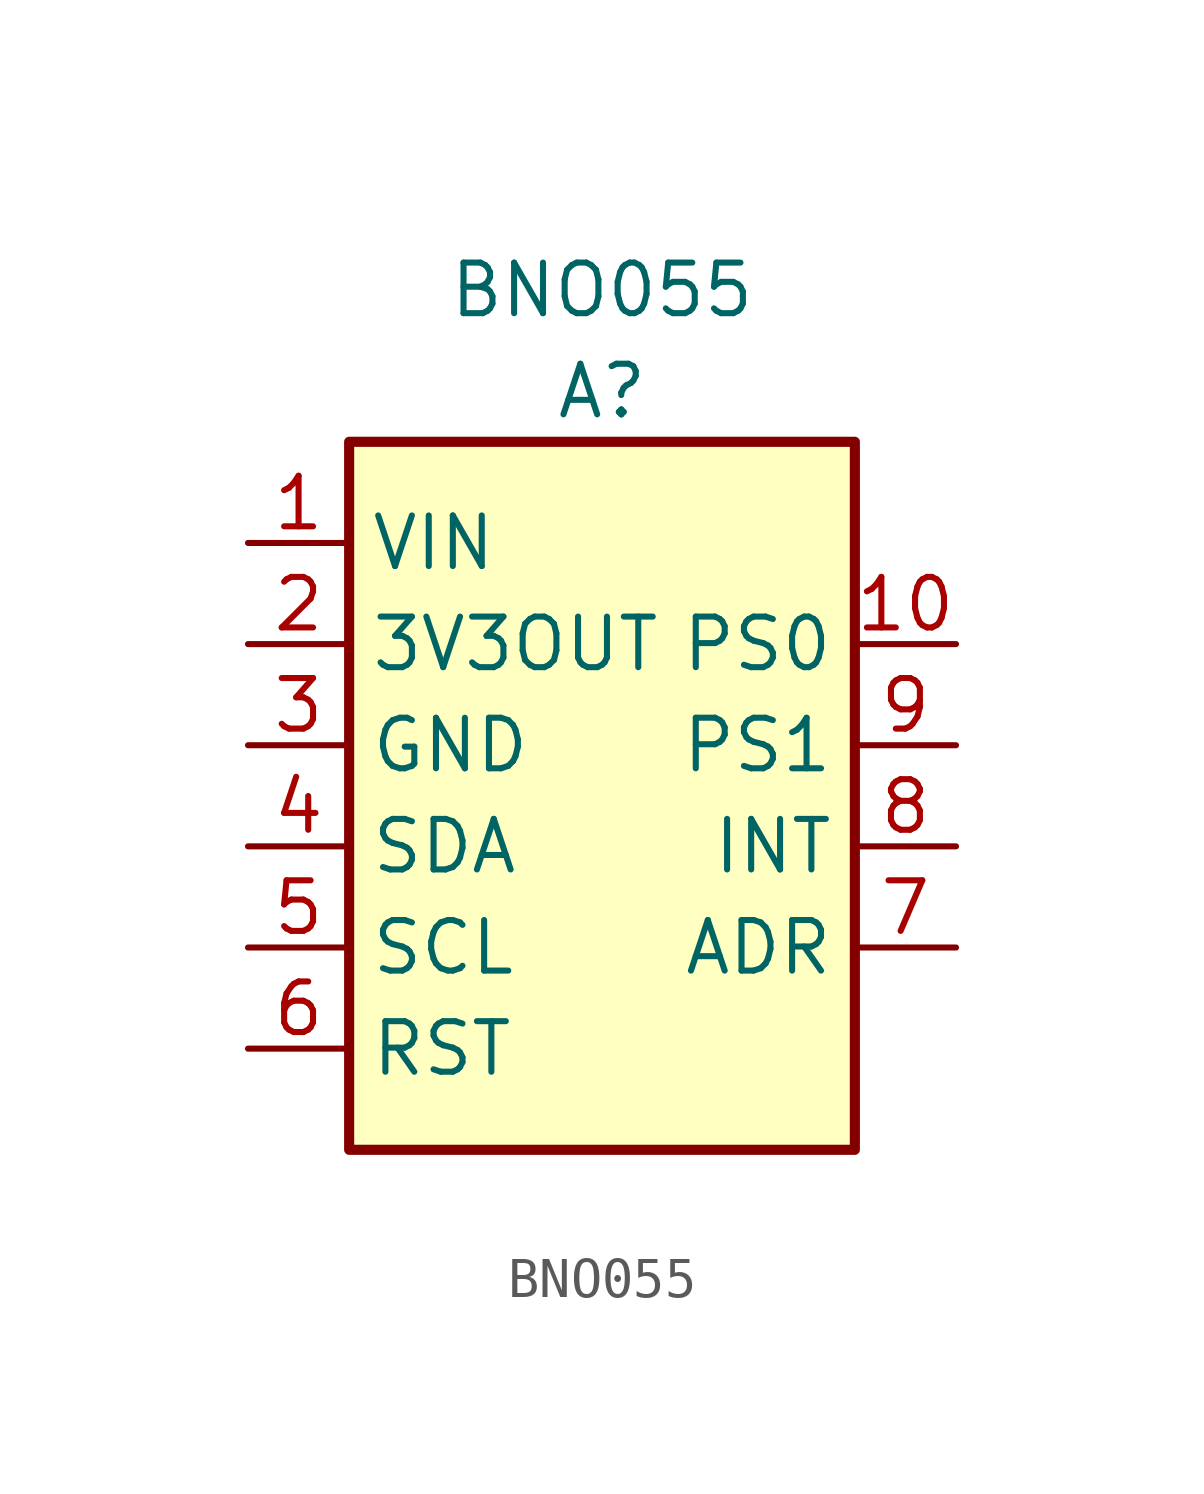
<source format=kicad_sym>
(kicad_symbol_lib
  (version 20211014)
  (generator kicad_symbol_editor)
  (symbol "BNO055"
    (property "Reference" "A"
      (at 0 1.27 0)
      (effects (font (size 1.27 1.27))))
    (property "Value" "BNO055"
      (at 0 3.81 0)
      (effects (font (size 1.27 1.27))))
    (symbol "BNO055_0_1"
      (rectangle (start -6.35 0) (end 6.35 -17.78) (stroke (width 0.254) (type default) (color 0 0 0 0)) (fill (type background))))
    (symbol "BNO055_1_1"
      (pin input line (at -8.89 -2.54 0) (length 2.54) (name "VIN" (effects (font (size 1.27 1.27)))) (number "1" (effects (font (size 1.27 1.27)))))
      (pin input line (at 8.89 -5.08 180) (length 2.54) (name "PS0" (effects (font (size 1.27 1.27)))) (number "10" (effects (font (size 1.27 1.27)))))
      (pin input line (at -8.89 -5.08 0) (length 2.54) (name "3V3OUT" (effects (font (size 1.27 1.27)))) (number "2" (effects (font (size 1.27 1.27)))))
      (pin input line (at -8.89 -7.62 0) (length 2.54) (name "GND" (effects (font (size 1.27 1.27)))) (number "3" (effects (font (size 1.27 1.27)))))
      (pin input line (at -8.89 -10.16 0) (length 2.54) (name "SDA" (effects (font (size 1.27 1.27)))) (number "4" (effects (font (size 1.27 1.27)))))
      (pin input line (at -8.89 -12.7 0) (length 2.54) (name "SCL" (effects (font (size 1.27 1.27)))) (number "5" (effects (font (size 1.27 1.27)))))
      (pin input line (at -8.89 -15.24 0) (length 2.54) (name "RST" (effects (font (size 1.27 1.27)))) (number "6" (effects (font (size 1.27 1.27)))))
      (pin input line (at 8.89 -12.7 180) (length 2.54) (name "ADR" (effects (font (size 1.27 1.27)))) (number "7" (effects (font (size 1.27 1.27)))))
      (pin input line (at 8.89 -10.16 180) (length 2.54) (name "INT" (effects (font (size 1.27 1.27)))) (number "8" (effects (font (size 1.27 1.27)))))
      (pin input line (at 8.89 -7.62 180) (length 2.54) (name "PS1" (effects (font (size 1.27 1.27)))) (number "9" (effects (font (size 1.27 1.27))))))))
</source>
